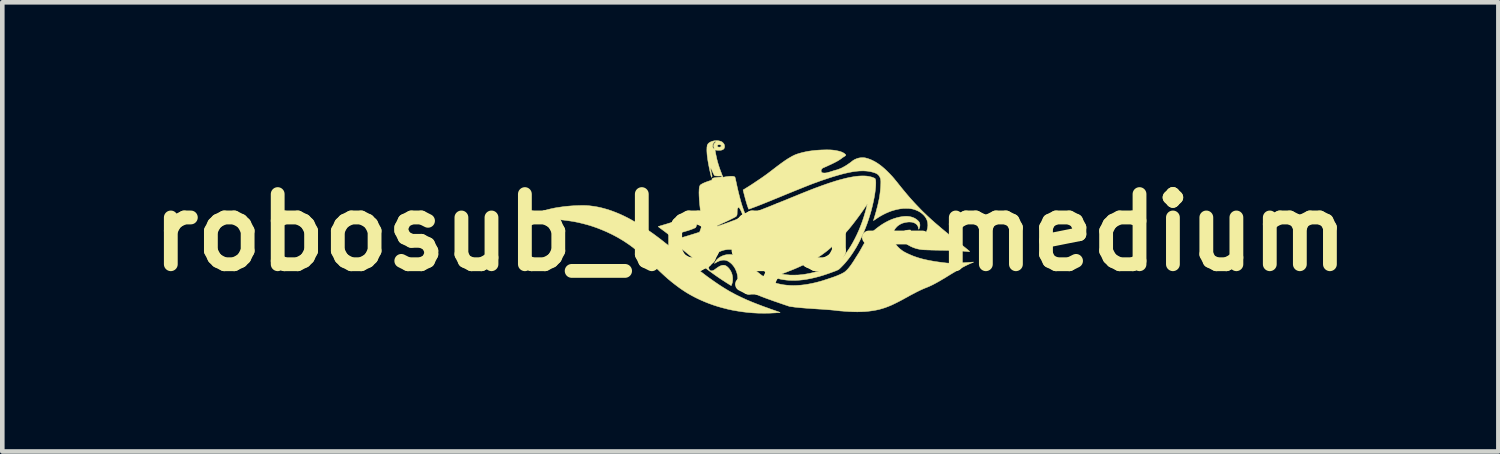
<source format=kicad_pcb>
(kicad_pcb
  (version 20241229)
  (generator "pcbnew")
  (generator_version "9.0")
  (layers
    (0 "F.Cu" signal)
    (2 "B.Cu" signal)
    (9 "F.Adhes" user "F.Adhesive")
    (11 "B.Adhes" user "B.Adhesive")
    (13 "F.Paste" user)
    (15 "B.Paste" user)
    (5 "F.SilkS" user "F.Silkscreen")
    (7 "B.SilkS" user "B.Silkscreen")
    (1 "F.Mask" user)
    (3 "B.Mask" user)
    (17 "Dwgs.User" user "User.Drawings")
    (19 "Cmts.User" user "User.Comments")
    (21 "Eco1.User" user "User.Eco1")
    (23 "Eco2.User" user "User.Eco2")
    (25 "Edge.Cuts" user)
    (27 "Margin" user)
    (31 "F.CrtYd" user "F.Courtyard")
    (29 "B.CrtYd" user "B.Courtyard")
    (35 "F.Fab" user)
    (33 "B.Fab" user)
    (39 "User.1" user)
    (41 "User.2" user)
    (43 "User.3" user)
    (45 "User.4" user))
  (footprint "robosub_logo-medium"
    (layer "F.Cu")
    (at 13.252 2.001)
    (property "Reference" "robosub_logo-medium" (at 0 0 0) (layer "F.SilkS") (effects (font (size 1.524 1.524) (thickness 0.3))))
    (attr through_hole)
    (fp_poly (pts (xy -1.187 -0.406) (xy -1.186 -0.401) (xy -1.186 -0.392) (xy -1.186 -0.392) (xy -1.186 -0.381) (xy -1.185 -0.369) (xy -1.183 -0.355) (xy -1.181 -0.338) (xy -1.178 -0.318) (xy -1.175 -0.294) (xy -1.174 -0.292) (xy -1.17 -0.264) (xy -1.167 -0.238) (xy -1.165 -0.216) (xy -1.165 -0.196) (xy -1.166 -0.179) (xy -1.168 -0.162) (xy -1.172 -0.147) (xy -1.177 -0.133) (xy -1.182 -0.121) (xy -1.19 -0.105) (xy -1.22 -0.092) (xy -1.241 -0.083) (xy -1.263 -0.074) (xy -1.284 -0.066) (xy -1.307 -0.058) (xy -1.331 -0.05) (xy -1.357 -0.041) (xy -1.385 -0.033) (xy -1.415 -0.024) (xy -1.447 -0.015) (xy -1.483 -0.005) (xy -1.522 0.006) (xy -1.564 0.017) (xy -1.571 0.019) (xy -1.592 0.024) (xy -1.612 0.03) (xy -1.633 0.035) (xy -1.652 0.041) (xy -1.67 0.045) (xy -1.686 0.049) (xy -1.698 0.053) (xy -1.706 0.055) (xy -1.718 0.058) (xy -1.729 0.061) (xy -1.737 0.064) (xy -1.743 0.065) (xy -1.746 0.066) (xy -1.746 0.066) (xy -1.748 0.065) (xy -1.753 0.061) (xy -1.76 0.056) (xy -1.769 0.049) (xy -1.78 0.041) (xy -1.792 0.032) (xy -1.805 0.021) (xy -1.806 0.021) (xy -1.822 0.008) (xy -1.841 -0.006) (xy -1.86 -0.021) (xy -1.881 -0.036) (xy -1.901 -0.051) (xy -1.92 -0.065) (xy -1.931 -0.074) (xy -1.945 -0.084) (xy -1.959 -0.094) (xy -1.971 -0.103) (xy -1.982 -0.111) (xy -1.99 -0.118) (xy -1.996 -0.123) (xy -2 -0.125) (xy -2.001 -0.126) (xy -2.001 -0.127) (xy -2.001 -0.127) (xy -2 -0.128) (xy -1.998 -0.13) (xy -1.994 -0.131) (xy -1.989 -0.133) (xy -1.981 -0.136) (xy -1.971 -0.139) (xy -1.958 -0.143) (xy -1.943 -0.148) (xy -1.924 -0.153) (xy -1.903 -0.16) (xy -1.838 -0.179) (xy -1.777 -0.198) (xy -1.719 -0.216) (xy -1.665 -0.234) (xy -1.613 -0.25) (xy -1.564 -0.267) (xy -1.517 -0.283) (xy -1.471 -0.299) (xy -1.428 -0.314) (xy -1.385 -0.33) (xy -1.344 -0.346) (xy -1.304 -0.362) (xy -1.264 -0.378) (xy -1.242 -0.387) (xy -1.228 -0.392) (xy -1.216 -0.397) (xy -1.205 -0.402) (xy -1.197 -0.405) (xy -1.191 -0.407) (xy -1.188 -0.408) (xy -1.188 -0.408) (xy -1.187 -0.406)) (stroke (width 0.01) (type solid)) (fill yes) (layer "F.SilkS"))
    (fp_poly (pts (xy -3.631 -0.587) (xy -3.608 -0.587) (xy -3.588 -0.586) (xy -3.57 -0.586) (xy -3.552 -0.585) (xy -3.534 -0.583) (xy -3.515 -0.582) (xy -3.494 -0.58) (xy -3.477 -0.578) (xy -3.399 -0.568) (xy -3.322 -0.555) (xy -3.243 -0.538) (xy -3.164 -0.517) (xy -3.084 -0.494) (xy -3.004 -0.466) (xy -2.922 -0.435) (xy -2.84 -0.401) (xy -2.757 -0.363) (xy -2.672 -0.321) (xy -2.587 -0.275) (xy -2.5 -0.226) (xy -2.412 -0.174) (xy -2.323 -0.117) (xy -2.27 -0.082) (xy -2.237 -0.06) (xy -2.204 -0.037) (xy -2.171 -0.014) (xy -2.138 0.009) (xy -2.104 0.033) (xy -2.07 0.058) (xy -2.035 0.084) (xy -1.999 0.111) (xy -1.962 0.139) (xy -1.924 0.169) (xy -1.884 0.2) (xy -1.843 0.233) (xy -1.799 0.267) (xy -1.753 0.304) (xy -1.706 0.342) (xy -1.655 0.383) (xy -1.602 0.426) (xy -1.55 0.469) (xy -1.505 0.506) (xy -1.462 0.541) (xy -1.423 0.573) (xy -1.386 0.603) (xy -1.351 0.632) (xy -1.318 0.658) (xy -1.288 0.683) (xy -1.259 0.706) (xy -1.232 0.728) (xy -1.206 0.749) (xy -1.182 0.768) (xy -1.159 0.787) (xy -1.136 0.804) (xy -1.115 0.821) (xy -1.094 0.838) (xy -1.073 0.854) (xy -1.053 0.869) (xy -1.032 0.885) (xy -1.011 0.901) (xy -1.006 0.905) (xy -0.943 0.953) (xy -0.879 0.999) (xy -0.815 1.044) (xy -0.752 1.088) (xy -0.69 1.13) (xy -0.629 1.17) (xy -0.569 1.208) (xy -0.511 1.243) (xy -0.456 1.276) (xy -0.44 1.285) (xy -0.393 1.31) (xy -0.344 1.337) (xy -0.291 1.364) (xy -0.237 1.39) (xy -0.181 1.417) (xy -0.126 1.442) (xy -0.112 1.449) (xy -0.069 1.468) (xy -0.023 1.487) (xy 0.024 1.507) (xy 0.074 1.527) (xy 0.127 1.548) (xy 0.182 1.569) (xy 0.24 1.591) (xy 0.301 1.614) (xy 0.366 1.637) (xy 0.434 1.662) (xy 0.506 1.687) (xy 0.558 1.705) (xy 0.575 1.711) (xy 0.592 1.717) (xy 0.607 1.722) (xy 0.619 1.727) (xy 0.63 1.73) (xy 0.638 1.733) (xy 0.643 1.735) (xy 0.644 1.735) (xy 0.646 1.736) (xy 0.646 1.737) (xy 0.643 1.738) (xy 0.637 1.739) (xy 0.628 1.74) (xy 0.616 1.741) (xy 0.601 1.742) (xy 0.584 1.743) (xy 0.566 1.744) (xy 0.547 1.746) (xy 0.527 1.747) (xy 0.506 1.748) (xy 0.485 1.749) (xy 0.465 1.75) (xy 0.445 1.751) (xy 0.43 1.752) (xy 0.415 1.752) (xy 0.396 1.753) (xy 0.374 1.753) (xy 0.351 1.753) (xy 0.326 1.754) (xy 0.3 1.754) (xy 0.274 1.754) (xy 0.249 1.753) (xy 0.225 1.753) (xy 0.202 1.753) (xy 0.182 1.753) (xy 0.165 1.752) (xy 0.161 1.752) (xy 0.049 1.746) (xy -0.062 1.736) (xy -0.173 1.723) (xy -0.282 1.706) (xy -0.39 1.687) (xy -0.497 1.664) (xy -0.602 1.637) (xy -0.705 1.608) (xy -0.807 1.575) (xy -0.907 1.539) (xy -1.004 1.5) (xy -1.1 1.458) (xy -1.193 1.413) (xy -1.28 1.367) (xy -1.326 1.341) (xy -1.371 1.315) (xy -1.414 1.288) (xy -1.457 1.26) (xy -1.5 1.231) (xy -1.543 1.201) (xy -1.587 1.168) (xy -1.634 1.133) (xy -1.648 1.122) (xy -1.672 1.103) (xy -1.695 1.085) (xy -1.718 1.067) (xy -1.739 1.049) (xy -1.761 1.031) (xy -1.783 1.013) (xy -1.805 0.994) (xy -1.827 0.974) (xy -1.851 0.953) (xy -1.875 0.931) (xy -1.901 0.907) (xy -1.929 0.881) (xy -1.958 0.854) (xy -1.989 0.824) (xy -2.023 0.792) (xy -2.047 0.769) (xy -2.082 0.736) (xy -2.114 0.705) (xy -2.144 0.676) (xy -2.172 0.65) (xy -2.197 0.626) (xy -2.221 0.604) (xy -2.243 0.583) (xy -2.264 0.564) (xy -2.284 0.545) (xy -2.303 0.528) (xy -2.321 0.512) (xy -2.339 0.497) (xy -2.356 0.482) (xy -2.374 0.467) (xy -2.391 0.452) (xy -2.409 0.437) (xy -2.428 0.422) (xy -2.447 0.406) (xy -2.458 0.398) (xy -2.52 0.349) (xy -2.58 0.303) (xy -2.639 0.26) (xy -2.698 0.22) (xy -2.757 0.181) (xy -2.817 0.145) (xy -2.878 0.109) (xy -2.941 0.075) (xy -3.006 0.041) (xy -3.025 0.032) (xy -3.124 -0.015) (xy -3.225 -0.058) (xy -3.326 -0.098) (xy -3.429 -0.134) (xy -3.533 -0.166) (xy -3.638 -0.194) (xy -3.743 -0.219) (xy -3.849 -0.24) (xy -3.956 -0.256) (xy -4.063 -0.27) (xy -4.171 -0.279) (xy -4.279 -0.284) (xy -4.386 -0.285) (xy -4.494 -0.283) (xy -4.593 -0.277) (xy -4.678 -0.269) (xy -4.764 -0.258) (xy -4.849 -0.245) (xy -4.927 -0.231) (xy -4.944 -0.227) (xy -4.957 -0.225) (xy -4.967 -0.223) (xy -4.975 -0.221) (xy -4.98 -0.221) (xy -4.983 -0.22) (xy -4.985 -0.22) (xy -4.986 -0.221) (xy -4.986 -0.221) (xy -4.984 -0.224) (xy -4.98 -0.229) (xy -4.972 -0.236) (xy -4.961 -0.244) (xy -4.949 -0.253) (xy -4.934 -0.264) (xy -4.917 -0.275) (xy -4.909 -0.281) (xy -4.847 -0.319) (xy -4.783 -0.354) (xy -4.716 -0.387) (xy -4.645 -0.418) (xy -4.572 -0.446) (xy -4.496 -0.471) (xy -4.417 -0.494) (xy -4.335 -0.514) (xy -4.251 -0.532) (xy -4.205 -0.54) (xy -4.132 -0.551) (xy -4.056 -0.562) (xy -3.978 -0.57) (xy -3.899 -0.577) (xy -3.821 -0.582) (xy -3.744 -0.585) (xy -3.669 -0.587) (xy -3.656 -0.587) (xy -3.631 -0.587)) (stroke (width 0.01) (type solid)) (fill yes) (layer "F.SilkS"))
    (fp_poly (pts (xy 3.42 -0.351) (xy 3.458 -0.346) (xy 3.494 -0.338) (xy 3.529 -0.327) (xy 3.562 -0.313) (xy 3.568 -0.31) (xy 3.585 -0.3) (xy 3.603 -0.288) (xy 3.619 -0.276) (xy 3.634 -0.263) (xy 3.648 -0.25) (xy 3.659 -0.238) (xy 3.667 -0.226) (xy 3.67 -0.221) (xy 3.678 -0.2) (xy 3.683 -0.176) (xy 3.684 -0.153) (xy 3.681 -0.128) (xy 3.675 -0.107) (xy 3.671 -0.096) (xy 3.667 -0.087) (xy 3.663 -0.078) (xy 3.66 -0.073) (xy 3.659 -0.072) (xy 3.657 -0.071) (xy 3.655 -0.073) (xy 3.654 -0.079) (xy 3.654 -0.081) (xy 3.653 -0.088) (xy 3.651 -0.098) (xy 3.649 -0.109) (xy 3.645 -0.12) (xy 3.642 -0.131) (xy 3.638 -0.14) (xy 3.637 -0.141) (xy 3.627 -0.158) (xy 3.613 -0.175) (xy 3.595 -0.189) (xy 3.576 -0.201) (xy 3.553 -0.212) (xy 3.529 -0.22) (xy 3.506 -0.225) (xy 3.493 -0.226) (xy 3.477 -0.227) (xy 3.459 -0.228) (xy 3.441 -0.228) (xy 3.424 -0.227) (xy 3.409 -0.225) (xy 3.407 -0.225) (xy 3.393 -0.223) (xy 3.378 -0.22) (xy 3.362 -0.217) (xy 3.345 -0.213) (xy 3.33 -0.209) (xy 3.316 -0.205) (xy 3.305 -0.202) (xy 3.304 -0.202) (xy 3.274 -0.189) (xy 3.245 -0.173) (xy 3.217 -0.155) (xy 3.191 -0.134) (xy 3.168 -0.11) (xy 3.147 -0.085) (xy 3.139 -0.073) (xy 3.124 -0.046) (xy 3.111 -0.018) (xy 3.102 0.011) (xy 3.099 0.027) (xy 3.097 0.042) (xy 3.096 0.06) (xy 3.096 0.079) (xy 3.098 0.099) (xy 3.1 0.117) (xy 3.103 0.132) (xy 3.113 0.168) (xy 3.128 0.203) (xy 3.146 0.236) (xy 3.168 0.269) (xy 3.194 0.301) (xy 3.224 0.332) (xy 3.257 0.362) (xy 3.259 0.363) (xy 3.278 0.378) (xy 3.297 0.392) (xy 3.315 0.405) (xy 3.334 0.417) (xy 3.355 0.428) (xy 3.377 0.44) (xy 3.399 0.451) (xy 3.447 0.473) (xy 3.495 0.494) (xy 3.544 0.514) (xy 3.595 0.532) (xy 3.647 0.549) (xy 3.701 0.565) (xy 3.757 0.58) (xy 3.815 0.593) (xy 3.876 0.606) (xy 3.941 0.618) (xy 4.008 0.63) (xy 4.079 0.64) (xy 4.131 0.647) (xy 4.16 0.651) (xy 4.185 0.654) (xy 4.207 0.657) (xy 4.227 0.659) (xy 4.245 0.661) (xy 4.261 0.663) (xy 4.276 0.664) (xy 4.291 0.665) (xy 4.305 0.666) (xy 4.32 0.666) (xy 4.336 0.667) (xy 4.353 0.667) (xy 4.372 0.667) (xy 4.393 0.667) (xy 4.402 0.667) (xy 4.42 0.667) (xy 4.437 0.667) (xy 4.453 0.666) (xy 4.467 0.666) (xy 4.482 0.666) (xy 4.496 0.665) (xy 4.511 0.665) (xy 4.527 0.664) (xy 4.544 0.663) (xy 4.563 0.662) (xy 4.583 0.661) (xy 4.606 0.659) (xy 4.632 0.657) (xy 4.661 0.655) (xy 4.693 0.653) (xy 4.713 0.652) (xy 4.732 0.65) (xy 4.751 0.649) (xy 4.768 0.648) (xy 4.783 0.647) (xy 4.795 0.646) (xy 4.804 0.645) (xy 4.809 0.645) (xy 4.819 0.644) (xy 4.829 0.644) (xy 4.837 0.643) (xy 4.841 0.643) (xy 4.846 0.642) (xy 4.849 0.643) (xy 4.848 0.644) (xy 4.845 0.646) (xy 4.839 0.648) (xy 4.83 0.653) (xy 4.817 0.658) (xy 4.815 0.659) (xy 4.769 0.678) (xy 4.722 0.7) (xy 4.672 0.724) (xy 4.621 0.751) (xy 4.568 0.78) (xy 4.512 0.812) (xy 4.492 0.823) (xy 4.481 0.83) (xy 4.468 0.838) (xy 4.452 0.848) (xy 4.434 0.859) (xy 4.414 0.871) (xy 4.393 0.883) (xy 4.371 0.897) (xy 4.348 0.91) (xy 4.326 0.924) (xy 4.305 0.937) (xy 4.284 0.95) (xy 4.282 0.951) (xy 4.228 0.985) (xy 4.176 1.015) (xy 4.128 1.044) (xy 4.082 1.07) (xy 4.039 1.094) (xy 3.998 1.116) (xy 3.96 1.136) (xy 3.924 1.153) (xy 3.89 1.169) (xy 3.857 1.183) (xy 3.827 1.195) (xy 3.826 1.196) (xy 3.802 1.205) (xy 3.777 1.215) (xy 3.752 1.226) (xy 3.727 1.237) (xy 3.701 1.249) (xy 3.673 1.262) (xy 3.645 1.276) (xy 3.614 1.291) (xy 3.582 1.308) (xy 3.548 1.326) (xy 3.511 1.345) (xy 3.471 1.366) (xy 3.429 1.39) (xy 3.384 1.415) (xy 3.379 1.417) (xy 3.334 1.442) (xy 3.292 1.465) (xy 3.252 1.486) (xy 3.215 1.505) (xy 3.18 1.523) (xy 3.147 1.539) (xy 3.116 1.554) (xy 3.085 1.569) (xy 3.056 1.582) (xy 3.027 1.594) (xy 2.998 1.606) (xy 2.987 1.61) (xy 2.927 1.633) (xy 2.866 1.652) (xy 2.804 1.67) (xy 2.74 1.684) (xy 2.674 1.696) (xy 2.605 1.706) (xy 2.534 1.714) (xy 2.498 1.717) (xy 2.487 1.718) (xy 2.474 1.718) (xy 2.458 1.719) (xy 2.441 1.72) (xy 2.423 1.721) (xy 2.405 1.721) (xy 2.386 1.722) (xy 2.369 1.723) (xy 2.352 1.723) (xy 2.338 1.723) (xy 2.326 1.724) (xy 2.317 1.724) (xy 2.312 1.724) (xy 2.307 1.723) (xy 2.299 1.723) (xy 2.288 1.723) (xy 2.277 1.723) (xy 2.271 1.723) (xy 2.242 1.722) (xy 2.211 1.721) (xy 2.177 1.719) (xy 2.141 1.718) (xy 2.104 1.715) (xy 2.067 1.713) (xy 2.03 1.71) (xy 1.994 1.707) (xy 1.959 1.705) (xy 1.927 1.701) (xy 1.897 1.698) (xy 1.878 1.696) (xy 1.856 1.693) (xy 1.835 1.691) (xy 1.812 1.688) (xy 1.789 1.686) (xy 1.764 1.684) (xy 1.738 1.681) (xy 1.711 1.679) (xy 1.681 1.677) (xy 1.65 1.674) (xy 1.616 1.672) (xy 1.579 1.669) (xy 1.539 1.666) (xy 1.496 1.664) (xy 1.449 1.661) (xy 1.408 1.658) (xy 1.356 1.655) (xy 1.307 1.651) (xy 1.262 1.648) (xy 1.219 1.645) (xy 1.18 1.642) (xy 1.143 1.639) (xy 1.109 1.636) (xy 1.076 1.633) (xy 1.045 1.63) (xy 1.016 1.627) (xy 0.987 1.624) (xy 0.959 1.621) (xy 0.932 1.617) (xy 0.905 1.613) (xy 0.901 1.613) (xy 0.851 1.606) (xy 0.726 1.564) (xy 0.648 1.537) (xy 0.573 1.511) (xy 0.502 1.487) (xy 0.434 1.462) (xy 0.369 1.439) (xy 0.307 1.416) (xy 0.247 1.393) (xy 0.19 1.37) (xy 0.134 1.348) (xy 0.08 1.326) (xy 0.028 1.303) (xy -0.023 1.281) (xy -0.073 1.259) (xy -0.114 1.24) (xy -0.128 1.233) (xy -0.144 1.225) (xy -0.16 1.218) (xy -0.177 1.209) (xy -0.194 1.201) (xy -0.211 1.193) (xy -0.227 1.184) (xy -0.242 1.177) (xy -0.255 1.17) (xy -0.267 1.164) (xy -0.276 1.159) (xy -0.283 1.155) (xy -0.287 1.153) (xy -0.287 1.153) (xy -0.289 1.148) (xy -0.29 1.14) (xy -0.289 1.129) (xy -0.286 1.117) (xy -0.284 1.11) (xy -0.282 1.101) (xy -0.28 1.094) (xy -0.278 1.088) (xy -0.277 1.081) (xy -0.276 1.073) (xy -0.275 1.064) (xy -0.274 1.051) (xy -0.274 1.045) (xy -0.273 1.005) (xy -0.276 0.964) (xy -0.282 0.924) (xy -0.291 0.885) (xy -0.303 0.847) (xy -0.319 0.81) (xy -0.336 0.775) (xy -0.357 0.742) (xy -0.38 0.712) (xy -0.405 0.684) (xy -0.426 0.665) (xy -0.45 0.646) (xy -0.474 0.63) (xy -0.496 0.618) (xy -0.518 0.609) (xy -0.54 0.603) (xy -0.547 0.602) (xy -0.557 0.601) (xy -0.571 0.6) (xy -0.585 0.6) (xy -0.6 0.601) (xy -0.615 0.602) (xy -0.627 0.604) (xy -0.631 0.605) (xy -0.655 0.611) (xy -0.681 0.621) (xy -0.707 0.632) (xy -0.732 0.645) (xy -0.756 0.659) (xy -0.759 0.661) (xy -0.767 0.666) (xy -0.773 0.669) (xy -0.778 0.672) (xy -0.78 0.672) (xy -0.78 0.672) (xy -0.779 0.669) (xy -0.777 0.664) (xy -0.773 0.656) (xy -0.769 0.648) (xy -0.764 0.639) (xy -0.759 0.631) (xy -0.755 0.624) (xy -0.736 0.599) (xy -0.714 0.576) (xy -0.689 0.555) (xy -0.661 0.536) (xy -0.631 0.519) (xy -0.599 0.505) (xy -0.565 0.493) (xy -0.531 0.485) (xy -0.507 0.481) (xy -0.481 0.479) (xy -0.452 0.478) (xy -0.423 0.479) (xy -0.395 0.482) (xy -0.369 0.486) (xy -0.363 0.487) (xy -0.329 0.496) (xy -0.296 0.508) (xy -0.264 0.523) (xy -0.234 0.539) (xy -0.23 0.542) (xy -0.214 0.553) (xy -0.194 0.567) (xy -0.173 0.584) (xy -0.148 0.603) (xy -0.121 0.624) (xy -0.092 0.648) (xy -0.061 0.674) (xy -0.028 0.703) (xy 0.007 0.733) (xy 0.026 0.749) (xy 0.062 0.78) (xy 0.096 0.809) (xy 0.127 0.835) (xy 0.156 0.859) (xy 0.183 0.881) (xy 0.209 0.902) (xy 0.234 0.921) (xy 0.258 0.938) (xy 0.281 0.955) (xy 0.303 0.97) (xy 0.315 0.978) (xy 0.356 1.004) (xy 0.397 1.028) (xy 0.438 1.05) (xy 0.478 1.069) (xy 0.517 1.086) (xy 0.554 1.099) (xy 0.59 1.11) (xy 0.591 1.11) (xy 0.657 1.125) (xy 0.724 1.137) (xy 0.793 1.145) (xy 0.863 1.15) (xy 0.935 1.152) (xy 1.009 1.15) (xy 1.085 1.145) (xy 1.107 1.143) (xy 1.176 1.135) (xy 1.247 1.124) (xy 1.32 1.11) (xy 1.395 1.094) (xy 1.472 1.075) (xy 1.551 1.053) (xy 1.555 1.052) (xy 1.566 1.048) (xy 1.581 1.044) (xy 1.599 1.038) (xy 1.619 1.031) (xy 1.641 1.024) (xy 1.663 1.017) (xy 1.687 1.009) (xy 1.711 1.001) (xy 1.734 0.993) (xy 1.757 0.986) (xy 1.778 0.978) (xy 1.797 0.972) (xy 1.814 0.966) (xy 1.828 0.961) (xy 1.837 0.957) (xy 1.873 0.944) (xy 1.906 0.93) (xy 1.937 0.917) (xy 1.966 0.904) (xy 1.991 0.891) (xy 2.014 0.879) (xy 2.034 0.868) (xy 2.05 0.857) (xy 2.06 0.849) (xy 2.077 0.834) (xy 2.094 0.818) (xy 2.112 0.8) (xy 2.129 0.78) (xy 2.147 0.759) (xy 2.165 0.735) (xy 2.185 0.709) (xy 2.205 0.68) (xy 2.226 0.649) (xy 2.249 0.614) (xy 2.273 0.575) (xy 2.273 0.575) (xy 2.283 0.559) (xy 2.293 0.543) (xy 2.304 0.526) (xy 2.314 0.51) (xy 2.323 0.495) (xy 2.331 0.483) (xy 2.331 0.483) (xy 2.341 0.468) (xy 2.35 0.453) (xy 2.359 0.439) (xy 2.368 0.424) (xy 2.377 0.408) (xy 2.387 0.391) (xy 2.398 0.371) (xy 2.41 0.35) (xy 2.423 0.327) (xy 2.442 0.292) (xy 2.46 0.261) (xy 2.476 0.233) (xy 2.491 0.207) (xy 2.505 0.184) (xy 2.518 0.163) (xy 2.53 0.143) (xy 2.541 0.126) (xy 2.552 0.109) (xy 2.562 0.094) (xy 2.572 0.079) (xy 2.583 0.065) (xy 2.59 0.056) (xy 2.599 0.044) (xy 2.607 0.034) (xy 2.616 0.024) (xy 2.625 0.014) (xy 2.635 0.004) (xy 2.648 -0.008) (xy 2.663 -0.021) (xy 2.664 -0.023) (xy 2.719 -0.071) (xy 2.776 -0.115) (xy 2.833 -0.156) (xy 2.89 -0.193) (xy 2.948 -0.226) (xy 3.007 -0.256) (xy 3.066 -0.282) (xy 3.125 -0.304) (xy 3.185 -0.322) (xy 3.245 -0.336) (xy 3.305 -0.346) (xy 3.342 -0.35) (xy 3.381 -0.352) (xy 3.42 -0.351)) (stroke (width 0.01) (type solid)) (fill yes) (layer "F.SilkS"))
    (fp_poly (pts (xy 1.695 -1.795) (xy 1.726 -1.795) (xy 1.755 -1.793) (xy 1.782 -1.791) (xy 1.809 -1.788) (xy 1.837 -1.784) (xy 1.861 -1.78) (xy 1.891 -1.774) (xy 1.918 -1.768) (xy 1.942 -1.762) (xy 1.964 -1.755) (xy 1.984 -1.748) (xy 2.001 -1.74) (xy 2.02 -1.73) (xy 2.036 -1.721) (xy 2.05 -1.709) (xy 2.06 -1.7) (xy 2.067 -1.694) (xy 2.071 -1.689) (xy 2.073 -1.686) (xy 2.073 -1.683) (xy 2.073 -1.681) (xy 2.069 -1.674) (xy 2.063 -1.667) (xy 2.052 -1.659) (xy 2.039 -1.65) (xy 2.034 -1.647) (xy 2.024 -1.641) (xy 2.014 -1.635) (xy 2.005 -1.629) (xy 2 -1.625) (xy 1.971 -1.603) (xy 1.94 -1.582) (xy 1.907 -1.561) (xy 1.871 -1.541) (xy 1.831 -1.52) (xy 1.807 -1.508) (xy 1.794 -1.502) (xy 1.779 -1.494) (xy 1.762 -1.486) (xy 1.745 -1.478) (xy 1.726 -1.469) (xy 1.707 -1.461) (xy 1.688 -1.452) (xy 1.669 -1.443) (xy 1.651 -1.435) (xy 1.634 -1.427) (xy 1.619 -1.421) (xy 1.606 -1.415) (xy 1.595 -1.41) (xy 1.587 -1.407) (xy 1.582 -1.405) (xy 1.582 -1.405) (xy 1.572 -1.4) (xy 1.562 -1.392) (xy 1.553 -1.382) (xy 1.545 -1.372) (xy 1.542 -1.365) (xy 1.538 -1.349) (xy 1.537 -1.335) (xy 1.54 -1.322) (xy 1.547 -1.311) (xy 1.554 -1.303) (xy 1.558 -1.3) (xy 1.563 -1.298) (xy 1.568 -1.296) (xy 1.575 -1.295) (xy 1.584 -1.294) (xy 1.596 -1.293) (xy 1.597 -1.293) (xy 1.611 -1.292) (xy 1.624 -1.293) (xy 1.639 -1.294) (xy 1.654 -1.296) (xy 1.671 -1.3) (xy 1.69 -1.305) (xy 1.712 -1.311) (xy 1.736 -1.318) (xy 1.763 -1.327) (xy 1.767 -1.328) (xy 1.783 -1.333) (xy 1.8 -1.339) (xy 1.815 -1.343) (xy 1.828 -1.347) (xy 1.84 -1.351) (xy 1.848 -1.353) (xy 1.852 -1.354) (xy 1.883 -1.362) (xy 1.916 -1.374) (xy 1.951 -1.387) (xy 1.987 -1.403) (xy 2.022 -1.422) (xy 2.048 -1.436) (xy 2.065 -1.446) (xy 2.083 -1.458) (xy 2.103 -1.47) (xy 2.123 -1.484) (xy 2.143 -1.498) (xy 2.162 -1.511) (xy 2.18 -1.524) (xy 2.195 -1.536) (xy 2.208 -1.546) (xy 2.209 -1.547) (xy 2.231 -1.564) (xy 2.257 -1.58) (xy 2.284 -1.593) (xy 2.313 -1.605) (xy 2.342 -1.614) (xy 2.344 -1.615) (xy 2.369 -1.62) (xy 2.396 -1.624) (xy 2.424 -1.626) (xy 2.451 -1.626) (xy 2.477 -1.624) (xy 2.482 -1.623) (xy 2.502 -1.62) (xy 2.523 -1.614) (xy 2.547 -1.608) (xy 2.572 -1.599) (xy 2.597 -1.59) (xy 2.618 -1.582) (xy 2.66 -1.562) (xy 2.703 -1.54) (xy 2.745 -1.515) (xy 2.787 -1.487) (xy 2.83 -1.456) (xy 2.873 -1.421) (xy 2.916 -1.384) (xy 2.961 -1.342) (xy 3.006 -1.297) (xy 3.021 -1.282) (xy 3.039 -1.263) (xy 3.056 -1.245) (xy 3.072 -1.228) (xy 3.088 -1.211) (xy 3.103 -1.193) (xy 3.119 -1.175) (xy 3.135 -1.155) (xy 3.153 -1.133) (xy 3.172 -1.11) (xy 3.194 -1.083) (xy 3.195 -1.082) (xy 3.224 -1.045) (xy 3.251 -1.012) (xy 3.276 -0.98) (xy 3.3 -0.951) (xy 3.322 -0.924) (xy 3.343 -0.899) (xy 3.363 -0.875) (xy 3.382 -0.852) (xy 3.4 -0.83) (xy 3.419 -0.808) (xy 3.437 -0.787) (xy 3.456 -0.765) (xy 3.472 -0.747) (xy 3.515 -0.699) (xy 3.56 -0.649) (xy 3.608 -0.598) (xy 3.657 -0.547) (xy 3.706 -0.496) (xy 3.756 -0.446) (xy 3.806 -0.398) (xy 3.854 -0.352) (xy 3.865 -0.342) (xy 3.891 -0.318) (xy 3.917 -0.294) (xy 3.943 -0.27) (xy 3.97 -0.247) (xy 3.997 -0.222) (xy 4.025 -0.198) (xy 4.054 -0.173) (xy 4.085 -0.147) (xy 4.116 -0.12) (xy 4.149 -0.092) (xy 4.184 -0.063) (xy 4.221 -0.032) (xy 4.26 -0.000272) (xy 4.301 0.033) (xy 4.344 0.069) (xy 4.39 0.106) (xy 4.439 0.146) (xy 4.49 0.187) (xy 4.527 0.217) (xy 4.561 0.244) (xy 4.591 0.269) (xy 4.619 0.291) (xy 4.644 0.312) (xy 4.667 0.33) (xy 4.686 0.346) (xy 4.703 0.359) (xy 4.718 0.371) (xy 4.729 0.381) (xy 4.739 0.389) (xy 4.746 0.395) (xy 4.751 0.399) (xy 4.754 0.401) (xy 4.759 0.408) (xy 4.762 0.412) (xy 4.76 0.415) (xy 4.755 0.417) (xy 4.752 0.417) (xy 4.746 0.417) (xy 4.742 0.417) (xy 4.741 0.417) (xy 4.738 0.417) (xy 4.732 0.416) (xy 4.724 0.415) (xy 4.713 0.413) (xy 4.7 0.412) (xy 4.686 0.411) (xy 4.672 0.409) (xy 4.658 0.408) (xy 4.645 0.407) (xy 4.64 0.406) (xy 4.623 0.405) (xy 4.602 0.403) (xy 4.579 0.401) (xy 4.554 0.4) (xy 4.528 0.398) (xy 4.501 0.397) (xy 4.474 0.395) (xy 4.447 0.394) (xy 4.426 0.393) (xy 4.415 0.393) (xy 4.404 0.392) (xy 4.393 0.392) (xy 4.382 0.391) (xy 4.37 0.391) (xy 4.357 0.391) (xy 4.344 0.39) (xy 4.328 0.39) (xy 4.312 0.39) (xy 4.293 0.389) (xy 4.273 0.389) (xy 4.25 0.388) (xy 4.225 0.388) (xy 4.197 0.387) (xy 4.167 0.386) (xy 4.133 0.386) (xy 4.095 0.385) (xy 4.054 0.384) (xy 4.038 0.384) (xy 4.017 0.384) (xy 3.997 0.383) (xy 3.977 0.383) (xy 3.96 0.382) (xy 3.944 0.382) (xy 3.93 0.382) (xy 3.92 0.381) (xy 3.913 0.381) (xy 3.912 0.381) (xy 3.905 0.381) (xy 3.894 0.38) (xy 3.881 0.38) (xy 3.866 0.379) (xy 3.849 0.379) (xy 3.832 0.378) (xy 3.826 0.378) (xy 3.809 0.377) (xy 3.791 0.377) (xy 3.775 0.376) (xy 3.759 0.375) (xy 3.746 0.374) (xy 3.736 0.373) (xy 3.734 0.373) (xy 3.681 0.366) (xy 3.629 0.355) (xy 3.579 0.341) (xy 3.531 0.323) (xy 3.485 0.303) (xy 3.441 0.279) (xy 3.428 0.271) (xy 3.413 0.261) (xy 3.4 0.252) (xy 3.388 0.244) (xy 3.377 0.235) (xy 3.365 0.225) (xy 3.353 0.213) (xy 3.342 0.202) (xy 3.324 0.184) (xy 3.309 0.166) (xy 3.297 0.15) (xy 3.287 0.135) (xy 3.28 0.12) (xy 3.275 0.104) (xy 3.273 0.094) (xy 3.271 0.073) (xy 3.273 0.053) (xy 3.278 0.034) (xy 3.288 0.017) (xy 3.3 0.001) (xy 3.316 -0.013) (xy 3.335 -0.026) (xy 3.357 -0.036) (xy 3.375 -0.043) (xy 3.39 -0.047) (xy 3.408 -0.05) (xy 3.427 -0.052) (xy 3.446 -0.054) (xy 3.456 -0.054) (xy 3.465 -0.055) (xy 3.471 -0.054) (xy 3.475 -0.054) (xy 3.478 -0.053) (xy 3.48 -0.051) (xy 3.48 -0.05) (xy 3.483 -0.046) (xy 3.483 -0.041) (xy 3.483 -0.035) (xy 3.482 -0.026) (xy 3.479 -0.014) (xy 3.474 0) (xy 3.47 0.016) (xy 3.467 0.03) (xy 3.465 0.042) (xy 3.465 0.053) (xy 3.466 0.065) (xy 3.466 0.066) (xy 3.471 0.089) (xy 3.479 0.11) (xy 3.49 0.129) (xy 3.503 0.147) (xy 3.518 0.162) (xy 3.536 0.173) (xy 3.539 0.175) (xy 3.554 0.182) (xy 3.568 0.186) (xy 3.583 0.188) (xy 3.597 0.187) (xy 3.613 0.183) (xy 3.631 0.177) (xy 3.651 0.169) (xy 3.659 0.165) (xy 3.689 0.148) (xy 3.717 0.128) (xy 3.743 0.105) (xy 3.767 0.079) (xy 3.789 0.05) (xy 3.807 0.02) (xy 3.823 -0.012) (xy 3.836 -0.046) (xy 3.846 -0.08) (xy 3.853 -0.116) (xy 3.856 -0.152) (xy 3.855 -0.176) (xy 3.853 -0.208) (xy 3.846 -0.239) (xy 3.837 -0.269) (xy 3.824 -0.298) (xy 3.807 -0.327) (xy 3.802 -0.334) (xy 3.782 -0.361) (xy 3.758 -0.386) (xy 3.731 -0.41) (xy 3.702 -0.433) (xy 3.669 -0.453) (xy 3.635 -0.471) (xy 3.599 -0.486) (xy 3.562 -0.5) (xy 3.524 -0.51) (xy 3.485 -0.517) (xy 3.462 -0.52) (xy 3.45 -0.521) (xy 3.435 -0.522) (xy 3.417 -0.522) (xy 3.398 -0.523) (xy 3.379 -0.523) (xy 3.359 -0.523) (xy 3.341 -0.522) (xy 3.324 -0.522) (xy 3.31 -0.521) (xy 3.303 -0.52) (xy 3.242 -0.512) (xy 3.181 -0.5) (xy 3.119 -0.484) (xy 3.057 -0.465) (xy 2.996 -0.441) (xy 2.934 -0.414) (xy 2.872 -0.382) (xy 2.81 -0.347) (xy 2.749 -0.308) (xy 2.702 -0.276) (xy 2.693 -0.27) (xy 2.686 -0.265) (xy 2.68 -0.261) (xy 2.676 -0.259) (xy 2.675 -0.259) (xy 2.675 -0.261) (xy 2.676 -0.266) (xy 2.679 -0.274) (xy 2.682 -0.285) (xy 2.685 -0.297) (xy 2.69 -0.311) (xy 2.691 -0.315) (xy 2.711 -0.383) (xy 2.73 -0.448) (xy 2.746 -0.51) (xy 2.762 -0.568) (xy 2.775 -0.625) (xy 2.787 -0.679) (xy 2.798 -0.731) (xy 2.807 -0.782) (xy 2.814 -0.831) (xy 2.82 -0.879) (xy 2.825 -0.927) (xy 2.829 -0.973) (xy 2.832 -1.019) (xy 2.832 -1.022) (xy 2.833 -1.049) (xy 2.834 -1.073) (xy 2.834 -1.094) (xy 2.834 -1.112) (xy 2.833 -1.128) (xy 2.831 -1.142) (xy 2.829 -1.155) (xy 2.827 -1.167) (xy 2.823 -1.178) (xy 2.819 -1.189) (xy 2.818 -1.192) (xy 2.807 -1.214) (xy 2.794 -1.235) (xy 2.777 -1.253) (xy 2.759 -1.269) (xy 2.74 -1.281) (xy 2.731 -1.285) (xy 2.718 -1.29) (xy 2.703 -1.296) (xy 2.687 -1.301) (xy 2.669 -1.307) (xy 2.652 -1.312) (xy 2.647 -1.313) (xy 2.61 -1.322) (xy 2.572 -1.329) (xy 2.533 -1.334) (xy 2.492 -1.337) (xy 2.451 -1.339) (xy 2.407 -1.338) (xy 2.362 -1.336) (xy 2.315 -1.332) (xy 2.266 -1.326) (xy 2.215 -1.318) (xy 2.161 -1.308) (xy 2.105 -1.296) (xy 2.046 -1.283) (xy 1.985 -1.267) (xy 1.92 -1.249) (xy 1.852 -1.229) (xy 1.804 -1.215) (xy 1.767 -1.203) (xy 1.731 -1.192) (xy 1.695 -1.18) (xy 1.659 -1.168) (xy 1.623 -1.156) (xy 1.587 -1.144) (xy 1.551 -1.132) (xy 1.514 -1.119) (xy 1.477 -1.105) (xy 1.439 -1.091) (xy 1.399 -1.077) (xy 1.358 -1.062) (xy 1.316 -1.046) (xy 1.272 -1.029) (xy 1.227 -1.011) (xy 1.179 -0.992) (xy 1.129 -0.972) (xy 1.077 -0.951) (xy 1.022 -0.929) (xy 0.965 -0.906) (xy 0.904 -0.881) (xy 0.84 -0.855) (xy 0.773 -0.828) (xy 0.716 -0.804) (xy 0.655 -0.779) (xy 0.597 -0.755) (xy 0.542 -0.733) (xy 0.491 -0.712) (xy 0.443 -0.692) (xy 0.398 -0.674) (xy 0.356 -0.657) (xy 0.316 -0.641) (xy 0.279 -0.626) (xy 0.245 -0.612) (xy 0.213 -0.6) (xy 0.183 -0.588) (xy 0.158 -0.578) (xy 0.139 -0.571) (xy 0.119 -0.563) (xy 0.099 -0.556) (xy 0.079 -0.548) (xy 0.059 -0.541) (xy 0.041 -0.534) (xy 0.023 -0.527) (xy 0.007 -0.522) (xy -0.006 -0.516) (xy -0.018 -0.512) (xy -0.027 -0.509) (xy -0.033 -0.507) (xy -0.036 -0.506) (xy -0.036 -0.506) (xy -0.037 -0.508) (xy -0.04 -0.513) (xy -0.043 -0.522) (xy -0.047 -0.533) (xy -0.052 -0.546) (xy -0.057 -0.561) (xy -0.063 -0.578) (xy -0.069 -0.596) (xy -0.075 -0.615) (xy -0.081 -0.634) (xy -0.087 -0.654) (xy -0.087 -0.654) (xy -0.091 -0.667) (xy -0.095 -0.682) (xy -0.1 -0.699) (xy -0.105 -0.717) (xy -0.111 -0.737) (xy -0.116 -0.757) (xy -0.121 -0.777) (xy -0.127 -0.798) (xy -0.132 -0.818) (xy -0.137 -0.838) (xy -0.142 -0.856) (xy -0.146 -0.873) (xy -0.15 -0.889) (xy -0.153 -0.902) (xy -0.156 -0.912) (xy -0.157 -0.92) (xy -0.158 -0.924) (xy -0.158 -0.925) (xy -0.156 -0.926) (xy -0.151 -0.929) (xy -0.144 -0.933) (xy -0.134 -0.939) (xy -0.123 -0.946) (xy -0.111 -0.953) (xy -0.11 -0.954) (xy -0.083 -0.971) (xy -0.055 -0.988) (xy -0.028 -1.005) (xy 0.000429 -1.023) (xy 0.03 -1.042) (xy 0.061 -1.063) (xy 0.093 -1.084) (xy 0.128 -1.108) (xy 0.166 -1.133) (xy 0.192 -1.151) (xy 0.218 -1.168) (xy 0.241 -1.184) (xy 0.263 -1.199) (xy 0.283 -1.213) (xy 0.302 -1.227) (xy 0.321 -1.24) (xy 0.339 -1.253) (xy 0.357 -1.266) (xy 0.377 -1.281) (xy 0.397 -1.296) (xy 0.418 -1.312) (xy 0.442 -1.33) (xy 0.468 -1.35) (xy 0.49 -1.367) (xy 0.528 -1.396) (xy 0.563 -1.423) (xy 0.596 -1.448) (xy 0.626 -1.47) (xy 0.654 -1.491) (xy 0.68 -1.51) (xy 0.705 -1.528) (xy 0.728 -1.544) (xy 0.749 -1.559) (xy 0.77 -1.573) (xy 0.79 -1.586) (xy 0.809 -1.599) (xy 0.829 -1.61) (xy 0.848 -1.622) (xy 0.867 -1.633) (xy 0.886 -1.644) (xy 0.907 -1.656) (xy 0.926 -1.666) (xy 0.943 -1.674) (xy 0.959 -1.682) (xy 0.976 -1.689) (xy 0.994 -1.696) (xy 1.013 -1.703) (xy 1.034 -1.71) (xy 1.088 -1.726) (xy 1.145 -1.741) (xy 1.205 -1.754) (xy 1.268 -1.766) (xy 1.334 -1.775) (xy 1.403 -1.783) (xy 1.474 -1.789) (xy 1.547 -1.793) (xy 1.623 -1.795) (xy 1.625 -1.795) (xy 1.662 -1.796) (xy 1.695 -1.795)) (stroke (width 0.01) (type solid)) (fill yes) (layer "F.SilkS"))
    (fp_poly (pts (xy -0.7 -1.994) (xy -0.673 -1.989) (xy -0.648 -1.982) (xy -0.625 -1.972) (xy -0.622 -1.971) (xy -0.61 -1.963) (xy -0.599 -1.953) (xy -0.588 -1.942) (xy -0.579 -1.93) (xy -0.572 -1.92) (xy -0.565 -1.902) (xy -0.561 -1.883) (xy -0.56 -1.864) (xy -0.563 -1.847) (xy -0.563 -1.846) (xy -0.568 -1.831) (xy -0.576 -1.818) (xy -0.587 -1.808) (xy -0.601 -1.799) (xy -0.619 -1.792) (xy -0.631 -1.789) (xy -0.642 -1.787) (xy -0.656 -1.786) (xy -0.672 -1.785) (xy -0.689 -1.785) (xy -0.707 -1.786) (xy -0.724 -1.787) (xy -0.739 -1.789) (xy -0.744 -1.79) (xy -0.753 -1.791) (xy -0.76 -1.792) (xy -0.766 -1.793) (xy -0.767 -1.793) (xy -0.767 -1.791) (xy -0.767 -1.785) (xy -0.765 -1.777) (xy -0.763 -1.765) (xy -0.76 -1.752) (xy -0.757 -1.736) (xy -0.754 -1.719) (xy -0.751 -1.702) (xy -0.747 -1.683) (xy -0.743 -1.665) (xy -0.739 -1.647) (xy -0.735 -1.629) (xy -0.732 -1.613) (xy -0.729 -1.599) (xy -0.726 -1.586) (xy -0.725 -1.584) (xy -0.714 -1.54) (xy -0.7 -1.492) (xy -0.684 -1.441) (xy -0.666 -1.387) (xy -0.647 -1.336) (xy -0.64 -1.317) (xy -0.633 -1.299) (xy -0.626 -1.281) (xy -0.62 -1.264) (xy -0.614 -1.248) (xy -0.608 -1.234) (xy -0.603 -1.222) (xy -0.599 -1.212) (xy -0.596 -1.205) (xy -0.595 -1.202) (xy -0.594 -1.202) (xy -0.592 -1.201) (xy -0.586 -1.202) (xy -0.579 -1.203) (xy -0.572 -1.204) (xy -0.542 -1.209) (xy -0.512 -1.214) (xy -0.484 -1.217) (xy -0.457 -1.22) (xy -0.432 -1.221) (xy -0.41 -1.222) (xy -0.39 -1.221) (xy -0.374 -1.22) (xy -0.365 -1.218) (xy -0.354 -1.215) (xy -0.344 -1.21) (xy -0.337 -1.205) (xy -0.334 -1.201) (xy -0.333 -1.198) (xy -0.331 -1.191) (xy -0.328 -1.181) (xy -0.325 -1.169) (xy -0.322 -1.155) (xy -0.318 -1.138) (xy -0.315 -1.121) (xy -0.312 -1.11) (xy -0.295 -1.03) (xy -0.278 -0.954) (xy -0.261 -0.881) (xy -0.244 -0.813) (xy -0.227 -0.748) (xy -0.211 -0.687) (xy -0.194 -0.63) (xy -0.178 -0.577) (xy -0.161 -0.527) (xy -0.145 -0.481) (xy -0.129 -0.438) (xy -0.113 -0.399) (xy -0.109 -0.39) (xy -0.097 -0.365) (xy 0.049 -0.421) (xy 0.104 -0.443) (xy 0.159 -0.464) (xy 0.213 -0.485) (xy 0.267 -0.506) (xy 0.32 -0.527) (xy 0.375 -0.548) (xy 0.43 -0.57) (xy 0.486 -0.593) (xy 0.543 -0.616) (xy 0.561 -0.623) (xy 2.542 -0.623) (xy 2.543 -0.622) (xy 2.544 -0.623) (xy 2.543 -0.624) (xy 2.542 -0.623) (xy 0.561 -0.623) (xy 0.603 -0.64) (xy 0.664 -0.665) (xy 0.728 -0.69) (xy 0.794 -0.717) (xy 0.864 -0.746) (xy 0.918 -0.768) (xy 0.975 -0.791) (xy 1.028 -0.813) (xy 1.077 -0.833) (xy 1.124 -0.852) (xy 1.168 -0.87) (xy 1.21 -0.886) (xy 1.249 -0.902) (xy 1.287 -0.917) (xy 1.322 -0.931) (xy 1.356 -0.944) (xy 1.389 -0.957) (xy 1.421 -0.969) (xy 1.452 -0.98) (xy 1.482 -0.991) (xy 1.511 -1.002) (xy 1.541 -1.013) (xy 1.571 -1.024) (xy 1.601 -1.034) (xy 1.625 -1.043) (xy 1.706 -1.071) (xy 1.784 -1.096) (xy 1.859 -1.12) (xy 1.93 -1.141) (xy 1.999 -1.159) (xy 2.064 -1.176) (xy 2.127 -1.19) (xy 2.187 -1.202) (xy 2.244 -1.212) (xy 2.298 -1.22) (xy 2.35 -1.225) (xy 2.399 -1.228) (xy 2.445 -1.229) (xy 2.489 -1.228) (xy 2.531 -1.225) (xy 2.57 -1.219) (xy 2.607 -1.211) (xy 2.642 -1.202) (xy 2.668 -1.192) (xy 2.683 -1.186) (xy 2.694 -1.181) (xy 2.703 -1.176) (xy 2.709 -1.171) (xy 2.712 -1.167) (xy 2.713 -1.167) (xy 2.715 -1.162) (xy 2.717 -1.154) (xy 2.719 -1.145) (xy 2.72 -1.141) (xy 2.722 -1.134) (xy 2.723 -1.128) (xy 2.724 -1.121) (xy 2.724 -1.113) (xy 2.724 -1.103) (xy 2.725 -1.091) (xy 2.725 -1.075) (xy 2.725 -1.069) (xy 2.724 -1.027) (xy 2.721 -0.982) (xy 2.716 -0.934) (xy 2.71 -0.882) (xy 2.702 -0.827) (xy 2.692 -0.769) (xy 2.68 -0.707) (xy 2.673 -0.674) (xy 2.651 -0.577) (xy 2.627 -0.48) (xy 2.599 -0.384) (xy 2.569 -0.289) (xy 2.537 -0.195) (xy 2.502 -0.103) (xy 2.466 -0.013) (xy 2.427 0.075) (xy 2.386 0.161) (xy 2.344 0.243) (xy 2.3 0.323) (xy 2.283 0.35) (xy 2.248 0.407) (xy 2.211 0.463) (xy 2.173 0.518) (xy 2.134 0.57) (xy 2.094 0.62) (xy 2.054 0.668) (xy 2.013 0.712) (xy 1.973 0.753) (xy 1.952 0.774) (xy 1.941 0.783) (xy 1.933 0.791) (xy 1.925 0.798) (xy 1.918 0.803) (xy 1.91 0.808) (xy 1.902 0.812) (xy 1.892 0.817) (xy 1.88 0.822) (xy 1.866 0.828) (xy 1.859 0.831) (xy 1.845 0.837) (xy 1.828 0.843) (xy 1.809 0.85) (xy 1.787 0.858) (xy 1.763 0.867) (xy 1.738 0.876) (xy 1.713 0.885) (xy 1.687 0.894) (xy 1.662 0.902) (xy 1.638 0.911) (xy 1.615 0.918) (xy 1.594 0.925) (xy 1.576 0.931) (xy 1.567 0.934) (xy 1.48 0.959) (xy 1.394 0.981) (xy 1.311 1) (xy 1.23 1.015) (xy 1.151 1.027) (xy 1.074 1.035) (xy 0.998 1.04) (xy 0.925 1.041) (xy 0.854 1.039) (xy 0.785 1.034) (xy 0.717 1.025) (xy 0.656 1.014) (xy 0.62 1.005) (xy 0.582 0.993) (xy 0.543 0.977) (xy 0.503 0.959) (xy 0.462 0.938) (xy 0.42 0.915) (xy 0.397 0.9) (xy 0.681 0.9) (xy 0.685 0.902) (xy 0.691 0.904) (xy 0.7 0.906) (xy 0.711 0.908) (xy 0.724 0.91) (xy 0.739 0.913) (xy 0.754 0.915) (xy 0.77 0.917) (xy 0.787 0.919) (xy 0.803 0.92) (xy 0.817 0.921) (xy 0.83 0.922) (xy 0.841 0.923) (xy 0.85 0.924) (xy 0.856 0.925) (xy 0.858 0.925) (xy 0.862 0.925) (xy 0.869 0.925) (xy 0.88 0.925) (xy 0.893 0.925) (xy 0.908 0.925) (xy 0.925 0.925) (xy 0.943 0.925) (xy 0.952 0.925) (xy 0.976 0.925) (xy 0.996 0.924) (xy 1.014 0.924) (xy 1.029 0.924) (xy 1.043 0.923) (xy 1.056 0.922) (xy 1.068 0.921) (xy 1.077 0.92) (xy 1.128 0.915) (xy 1.178 0.908) (xy 1.229 0.899) (xy 1.28 0.89) (xy 1.332 0.878) (xy 1.385 0.866) (xy 1.44 0.851) (xy 1.498 0.835) (xy 1.557 0.817) (xy 1.62 0.796) (xy 1.641 0.789) (xy 1.673 0.779) (xy 1.701 0.769) (xy 1.726 0.76) (xy 1.748 0.753) (xy 1.767 0.746) (xy 1.782 0.74) (xy 1.795 0.735) (xy 1.806 0.73) (xy 1.814 0.726) (xy 1.82 0.724) (xy 1.848 0.706) (xy 1.875 0.686) (xy 1.903 0.662) (xy 1.93 0.635) (xy 1.959 0.605) (xy 1.987 0.571) (xy 2.001 0.553) (xy 2.011 0.54) (xy 2.023 0.524) (xy 2.036 0.507) (xy 2.05 0.489) (xy 2.064 0.47) (xy 2.077 0.45) (xy 2.091 0.432) (xy 2.103 0.414) (xy 2.115 0.398) (xy 2.124 0.384) (xy 2.131 0.375) (xy 2.181 0.297) (xy 2.228 0.216) (xy 2.273 0.131) (xy 2.316 0.044) (xy 2.357 -0.047) (xy 2.395 -0.14) (xy 2.431 -0.236) (xy 2.464 -0.334) (xy 2.494 -0.435) (xy 2.506 -0.476) (xy 2.51 -0.489) (xy 2.513 -0.503) (xy 2.517 -0.519) (xy 2.521 -0.535) (xy 2.525 -0.55) (xy 2.529 -0.566) (xy 2.533 -0.58) (xy 2.536 -0.593) (xy 2.538 -0.603) (xy 2.54 -0.612) (xy 2.541 -0.617) (xy 2.541 -0.619) (xy 2.54 -0.618) (xy 2.537 -0.614) (xy 2.532 -0.607) (xy 2.526 -0.598) (xy 2.519 -0.588) (xy 2.515 -0.582) (xy 2.454 -0.491) (xy 2.392 -0.403) (xy 2.33 -0.318) (xy 2.268 -0.236) (xy 2.207 -0.157) (xy 2.145 -0.081) (xy 2.083 -0.009) (xy 2.022 0.06) (xy 1.961 0.126) (xy 1.901 0.187) (xy 1.847 0.24) (xy 1.804 0.28) (xy 1.763 0.317) (xy 1.723 0.351) (xy 1.685 0.384) (xy 1.647 0.414) (xy 1.608 0.443) (xy 1.57 0.471) (xy 1.531 0.499) (xy 1.512 0.511) (xy 1.49 0.525) (xy 1.469 0.538) (xy 1.448 0.551) (xy 1.427 0.564) (xy 1.405 0.577) (xy 1.381 0.59) (xy 1.356 0.604) (xy 1.329 0.618) (xy 1.299 0.633) (xy 1.266 0.65) (xy 1.249 0.658) (xy 1.193 0.685) (xy 1.136 0.712) (xy 1.079 0.738) (xy 1.021 0.764) (xy 0.961 0.79) (xy 0.899 0.815) (xy 0.833 0.841) (xy 0.765 0.868) (xy 0.74 0.877) (xy 0.726 0.883) (xy 0.713 0.888) (xy 0.702 0.892) (xy 0.692 0.895) (xy 0.686 0.898) (xy 0.682 0.899) (xy 0.682 0.899) (xy 0.681 0.9) (xy 0.397 0.9) (xy 0.378 0.889) (xy 0.376 0.887) (xy 0.358 0.875) (xy 0.34 0.863) (xy 0.322 0.85) (xy 0.304 0.837) (xy 0.285 0.823) (xy 0.266 0.808) (xy 0.245 0.791) (xy 0.223 0.773) (xy 0.199 0.753) (xy 0.173 0.731) (xy 0.145 0.707) (xy 0.114 0.681) (xy 0.105 0.673) (xy 0.082 0.653) (xy 0.059 0.633) (xy 0.036 0.614) (xy 0.015 0.596) (xy -0.006 0.578) (xy -0.025 0.562) (xy -0.043 0.547) (xy -0.058 0.534) (xy -0.071 0.523) (xy -0.082 0.515) (xy -0.083 0.514) (xy -0.121 0.485) (xy -0.158 0.459) (xy -0.194 0.437) (xy -0.229 0.418) (xy -0.263 0.402) (xy -0.297 0.39) (xy -0.33 0.38) (xy -0.34 0.378) (xy -0.36 0.375) (xy -0.382 0.372) (xy -0.407 0.37) (xy -0.432 0.369) (xy -0.457 0.368) (xy -0.481 0.369) (xy -0.503 0.37) (xy -0.509 0.371) (xy -0.551 0.378) (xy -0.592 0.387) (xy -0.63 0.4) (xy -0.669 0.416) (xy -0.677 0.42) (xy -0.71 0.438) (xy -0.74 0.457) (xy -0.769 0.479) (xy -0.795 0.503) (xy -0.799 0.507) (xy -0.825 0.536) (xy -0.848 0.566) (xy -0.867 0.598) (xy -0.883 0.632) (xy -0.895 0.667) (xy -0.903 0.702) (xy -0.906 0.724) (xy -0.907 0.743) (xy -0.906 0.761) (xy -0.903 0.779) (xy -0.899 0.794) (xy -0.893 0.807) (xy -0.891 0.81) (xy -0.884 0.818) (xy -0.875 0.825) (xy -0.864 0.83) (xy -0.857 0.832) (xy -0.843 0.833) (xy -0.828 0.832) (xy -0.813 0.827) (xy -0.796 0.819) (xy -0.777 0.808) (xy -0.757 0.793) (xy -0.756 0.792) (xy -0.746 0.785) (xy -0.734 0.776) (xy -0.721 0.767) (xy -0.707 0.758) (xy -0.694 0.749) (xy -0.682 0.742) (xy -0.672 0.736) (xy -0.67 0.735) (xy -0.644 0.723) (xy -0.62 0.715) (xy -0.598 0.711) (xy -0.576 0.711) (xy -0.555 0.714) (xy -0.536 0.721) (xy -0.518 0.732) (xy -0.516 0.733) (xy -0.49 0.755) (xy -0.466 0.78) (xy -0.446 0.807) (xy -0.428 0.837) (xy -0.412 0.868) (xy -0.4 0.901) (xy -0.392 0.935) (xy -0.386 0.97) (xy -0.384 1.006) (xy -0.385 1.042) (xy -0.39 1.077) (xy -0.391 1.082) (xy -0.393 1.091) (xy -0.396 1.102) (xy -0.4 1.113) (xy -0.403 1.124) (xy -0.407 1.134) (xy -0.41 1.143) (xy -0.413 1.149) (xy -0.415 1.153) (xy -0.416 1.154) (xy -0.418 1.153) (xy -0.423 1.15) (xy -0.43 1.146) (xy -0.439 1.141) (xy -0.449 1.134) (xy -0.449 1.134) (xy -0.469 1.122) (xy -0.491 1.108) (xy -0.515 1.093) (xy -0.54 1.077) (xy -0.565 1.061) (xy -0.589 1.045) (xy -0.612 1.031) (xy -0.632 1.017) (xy -0.663 0.997) (xy -0.693 0.976) (xy -0.724 0.955) (xy -0.754 0.934) (xy -0.785 0.912) (xy -0.816 0.89) (xy -0.847 0.867) (xy -0.88 0.843) (xy -0.913 0.818) (xy -0.947 0.792) (xy -0.982 0.765) (xy -1.019 0.736) (xy -1.057 0.706) (xy -1.098 0.674) (xy -1.14 0.641) (xy -1.184 0.606) (xy -1.23 0.568) (xy -1.279 0.529) (xy -1.33 0.487) (xy -1.384 0.443) (xy -1.418 0.415) (xy -1.441 0.396) (xy -1.464 0.377) (xy -1.488 0.358) (xy -1.512 0.338) (xy -1.536 0.319) (xy -1.558 0.3) (xy -1.58 0.283) (xy -1.599 0.267) (xy -1.617 0.253) (xy -1.632 0.241) (xy -1.636 0.238) (xy -1.651 0.225) (xy -1.665 0.214) (xy -1.678 0.203) (xy -1.69 0.193) (xy -1.699 0.185) (xy -1.707 0.179) (xy -1.711 0.175) (xy -1.714 0.173) (xy -1.714 0.173) (xy -1.712 0.172) (xy -1.706 0.17) (xy -1.698 0.168) (xy -1.687 0.164) (xy -1.674 0.161) (xy -1.659 0.157) (xy -1.647 0.154) (xy -1.586 0.137) (xy -1.522 0.12) (xy -1.456 0.101) (xy -1.388 0.081) (xy -1.316 0.059) (xy -1.241 0.036) (xy -1.198 0.022) (xy -1.104 -0.007) (xy -1.092 -0.039) (xy -1.085 -0.058) (xy -1.078 -0.078) (xy -1.071 -0.096) (xy -1.068 -0.105) (xy -0.808 -0.105) (xy -0.808 -0.104) (xy -0.805 -0.105) (xy -0.804 -0.105) (xy -0.8 -0.106) (xy -0.793 -0.108) (xy -0.783 -0.111) (xy -0.772 -0.115) (xy -0.76 -0.119) (xy -0.757 -0.119) (xy -0.736 -0.126) (xy -0.712 -0.134) (xy -0.687 -0.143) (xy -0.659 -0.153) (xy -0.631 -0.163) (xy -0.6 -0.173) (xy -0.569 -0.184) (xy -0.538 -0.196) (xy -0.506 -0.207) (xy -0.473 -0.219) (xy -0.441 -0.231) (xy -0.41 -0.243) (xy -0.379 -0.254) (xy -0.349 -0.265) (xy -0.32 -0.276) (xy -0.293 -0.286) (xy -0.268 -0.296) (xy -0.245 -0.305) (xy -0.224 -0.313) (xy -0.206 -0.321) (xy -0.19 -0.327) (xy -0.178 -0.332) (xy -0.17 -0.336) (xy -0.17 -0.336) (xy -0.165 -0.339) (xy -0.162 -0.341) (xy -0.16 -0.343) (xy -0.159 -0.347) (xy -0.16 -0.352) (xy -0.162 -0.36) (xy -0.165 -0.37) (xy -0.165 -0.372) (xy -0.171 -0.391) (xy -0.178 -0.41) (xy -0.185 -0.429) (xy -0.193 -0.448) (xy -0.202 -0.467) (xy -0.21 -0.484) (xy -0.219 -0.5) (xy -0.227 -0.514) (xy -0.234 -0.526) (xy -0.241 -0.536) (xy -0.248 -0.542) (xy -0.251 -0.544) (xy -0.257 -0.544) (xy -0.264 -0.541) (xy -0.27 -0.535) (xy -0.276 -0.525) (xy -0.28 -0.515) (xy -0.282 -0.511) (xy -0.283 -0.507) (xy -0.284 -0.502) (xy -0.284 -0.496) (xy -0.285 -0.488) (xy -0.285 -0.477) (xy -0.286 -0.464) (xy -0.286 -0.448) (xy -0.287 -0.429) (xy -0.287 -0.414) (xy -0.288 -0.402) (xy -0.289 -0.392) (xy -0.29 -0.384) (xy -0.292 -0.377) (xy -0.295 -0.371) (xy -0.298 -0.366) (xy -0.301 -0.36) (xy -0.302 -0.359) (xy -0.305 -0.355) (xy -0.308 -0.351) (xy -0.313 -0.348) (xy -0.318 -0.344) (xy -0.325 -0.339) (xy -0.334 -0.334) (xy -0.346 -0.328) (xy -0.359 -0.32) (xy -0.376 -0.312) (xy -0.396 -0.302) (xy -0.399 -0.3) (xy -0.411 -0.294) (xy -0.422 -0.289) (xy -0.432 -0.284) (xy -0.441 -0.279) (xy -0.45 -0.274) (xy -0.459 -0.27) (xy -0.469 -0.265) (xy -0.479 -0.261) (xy -0.49 -0.255) (xy -0.502 -0.25) (xy -0.515 -0.243) (xy -0.53 -0.236) (xy -0.548 -0.228) (xy -0.567 -0.219) (xy -0.589 -0.209) (xy -0.614 -0.198) (xy -0.642 -0.185) (xy -0.665 -0.174) (xy -0.687 -0.164) (xy -0.707 -0.155) (xy -0.726 -0.146) (xy -0.744 -0.137) (xy -0.76 -0.13) (xy -0.774 -0.123) (xy -0.785 -0.118) (xy -0.794 -0.114) (xy -0.799 -0.111) (xy -0.8 -0.11) (xy -0.806 -0.107) (xy -0.808 -0.105) (xy -1.068 -0.105) (xy -1.065 -0.114) (xy -1.061 -0.13) (xy -1.057 -0.143) (xy -1.055 -0.152) (xy -1.053 -0.164) (xy -1.052 -0.175) (xy -1.053 -0.188) (xy -1.053 -0.19) (xy -1.053 -0.198) (xy -1.054 -0.21) (xy -1.056 -0.225) (xy -1.058 -0.244) (xy -1.06 -0.265) (xy -1.063 -0.288) (xy -1.066 -0.314) (xy -1.069 -0.342) (xy -1.073 -0.372) (xy -1.077 -0.403) (xy -1.077 -0.404) (xy -1.085 -0.466) (xy -1.091 -0.524) (xy -1.097 -0.578) (xy -1.102 -0.629) (xy -1.106 -0.677) (xy -1.11 -0.721) (xy -1.112 -0.762) (xy -1.114 -0.799) (xy -1.115 -0.834) (xy -1.116 -0.866) (xy -1.115 -0.889) (xy -1.114 -0.916) (xy -1.113 -0.939) (xy -1.111 -0.96) (xy -1.109 -0.977) (xy -1.106 -0.992) (xy -1.102 -1.005) (xy -1.097 -1.016) (xy -1.096 -1.018) (xy -1.092 -1.025) (xy -1.085 -1.033) (xy -1.077 -1.04) (xy -1.066 -1.047) (xy -1.052 -1.055) (xy -1.035 -1.064) (xy -1.019 -1.072) (xy -1.003 -1.079) (xy -0.987 -1.086) (xy -0.969 -1.093) (xy -0.95 -1.1) (xy -0.928 -1.108) (xy -0.904 -1.116) (xy -0.889 -1.121) (xy -0.832 -1.14) (xy -0.834 -1.147) (xy -0.836 -1.154) (xy -0.835 -1.159) (xy -0.832 -1.164) (xy -0.829 -1.168) (xy -0.823 -1.173) (xy -0.817 -1.178) (xy -0.81 -1.181) (xy -0.801 -1.184) (xy -0.79 -1.187) (xy -0.776 -1.19) (xy -0.759 -1.192) (xy -0.756 -1.193) (xy -0.75 -1.194) (xy -0.744 -1.194) (xy -0.737 -1.195) (xy -0.729 -1.196) (xy -0.719 -1.197) (xy -0.708 -1.198) (xy -0.694 -1.2) (xy -0.677 -1.201) (xy -0.657 -1.203) (xy -0.644 -1.205) (xy -0.633 -1.206) (xy -0.625 -1.207) (xy -0.621 -1.208) (xy -0.618 -1.211) (xy -0.618 -1.214) (xy -0.619 -1.218) (xy -0.619 -1.219) (xy -0.62 -1.222) (xy -0.621 -1.225) (xy -0.623 -1.227) (xy -0.627 -1.228) (xy -0.632 -1.229) (xy -0.64 -1.229) (xy -0.65 -1.229) (xy -0.664 -1.228) (xy -0.685 -1.227) (xy -0.706 -1.227) (xy -0.724 -1.228) (xy -0.741 -1.229) (xy -0.755 -1.23) (xy -0.766 -1.233) (xy -0.767 -1.233) (xy -0.775 -1.236) (xy -0.78 -1.24) (xy -0.784 -1.245) (xy -0.789 -1.253) (xy -0.796 -1.266) (xy -0.804 -1.282) (xy -0.813 -1.301) (xy -0.822 -1.322) (xy -0.831 -1.342) (xy -0.838 -1.358) (xy -0.844 -1.371) (xy -0.85 -1.381) (xy -0.854 -1.387) (xy -0.857 -1.391) (xy -0.859 -1.393) (xy -0.861 -1.392) (xy -0.861 -1.392) (xy -0.862 -1.388) (xy -0.862 -1.383) (xy -0.862 -1.375) (xy -0.86 -1.365) (xy -0.858 -1.352) (xy -0.855 -1.335) (xy -0.85 -1.315) (xy -0.847 -1.3) (xy -0.842 -1.28) (xy -0.839 -1.264) (xy -0.836 -1.25) (xy -0.834 -1.24) (xy -0.833 -1.231) (xy -0.832 -1.224) (xy -0.832 -1.219) (xy -0.833 -1.214) (xy -0.834 -1.211) (xy -0.836 -1.208) (xy -0.838 -1.203) (xy -0.841 -1.2) (xy -0.843 -1.2) (xy -0.846 -1.203) (xy -0.848 -1.209) (xy -0.851 -1.218) (xy -0.855 -1.231) (xy -0.857 -1.241) (xy -0.873 -1.31) (xy -0.888 -1.377) (xy -0.901 -1.442) (xy -0.913 -1.504) (xy -0.923 -1.563) (xy -0.931 -1.619) (xy -0.938 -1.672) (xy -0.941 -1.706) (xy -0.942 -1.72) (xy -0.943 -1.737) (xy -0.944 -1.755) (xy -0.945 -1.773) (xy -0.945 -1.792) (xy -0.945 -1.81) (xy -0.944 -1.826) (xy -0.944 -1.841) (xy -0.943 -1.853) (xy -0.942 -1.859) (xy -0.939 -1.876) (xy -0.82 -1.876) (xy -0.819 -1.865) (xy -0.817 -1.856) (xy -0.815 -1.849) (xy -0.811 -1.841) (xy -0.808 -1.834) (xy -0.804 -1.827) (xy -0.802 -1.824) (xy -0.801 -1.824) (xy -0.796 -1.822) (xy -0.79 -1.824) (xy -0.787 -1.827) (xy -0.786 -1.829) (xy -0.785 -1.832) (xy -0.786 -1.836) (xy -0.789 -1.842) (xy -0.79 -1.844) (xy -0.797 -1.863) (xy -0.799 -1.879) (xy -0.72 -1.879) (xy -0.717 -1.872) (xy -0.711 -1.865) (xy -0.701 -1.859) (xy -0.697 -1.857) (xy -0.687 -1.855) (xy -0.675 -1.854) (xy -0.663 -1.856) (xy -0.652 -1.859) (xy -0.649 -1.86) (xy -0.641 -1.866) (xy -0.635 -1.872) (xy -0.632 -1.88) (xy -0.633 -1.884) (xy -0.637 -1.892) (xy -0.644 -1.899) (xy -0.653 -1.904) (xy -0.664 -1.907) (xy -0.677 -1.908) (xy -0.689 -1.906) (xy -0.696 -1.905) (xy -0.707 -1.9) (xy -0.715 -1.894) (xy -0.719 -1.887) (xy -0.72 -1.879) (xy -0.799 -1.879) (xy -0.799 -1.88) (xy -0.798 -1.898) (xy -0.793 -1.915) (xy -0.784 -1.931) (xy -0.771 -1.947) (xy -0.762 -1.955) (xy -0.756 -1.962) (xy -0.752 -1.969) (xy -0.752 -1.974) (xy -0.756 -1.978) (xy -0.756 -1.978) (xy -0.76 -1.98) (xy -0.764 -1.979) (xy -0.769 -1.977) (xy -0.775 -1.972) (xy -0.789 -1.959) (xy -0.801 -1.943) (xy -0.811 -1.926) (xy -0.817 -1.91) (xy -0.819 -1.9) (xy -0.82 -1.889) (xy -0.82 -1.876) (xy -0.939 -1.876) (xy -0.939 -1.879) (xy -0.934 -1.896) (xy -0.929 -1.91) (xy -0.922 -1.923) (xy -0.914 -1.933) (xy -0.903 -1.943) (xy -0.889 -1.953) (xy -0.888 -1.954) (xy -0.865 -1.967) (xy -0.84 -1.978) (xy -0.813 -1.986) (xy -0.785 -1.992) (xy -0.756 -1.995) (xy -0.728 -1.996) (xy -0.7 -1.994)) (stroke (width 0.01) (type solid)) (fill yes) (layer "F.SilkS")))
  (gr_rect
    (start -3 -3)
    (end 29.503 6.759)
    (stroke (width 0.1) (type default))
    (fill no)
    (layer "Edge.Cuts")))
</source>
